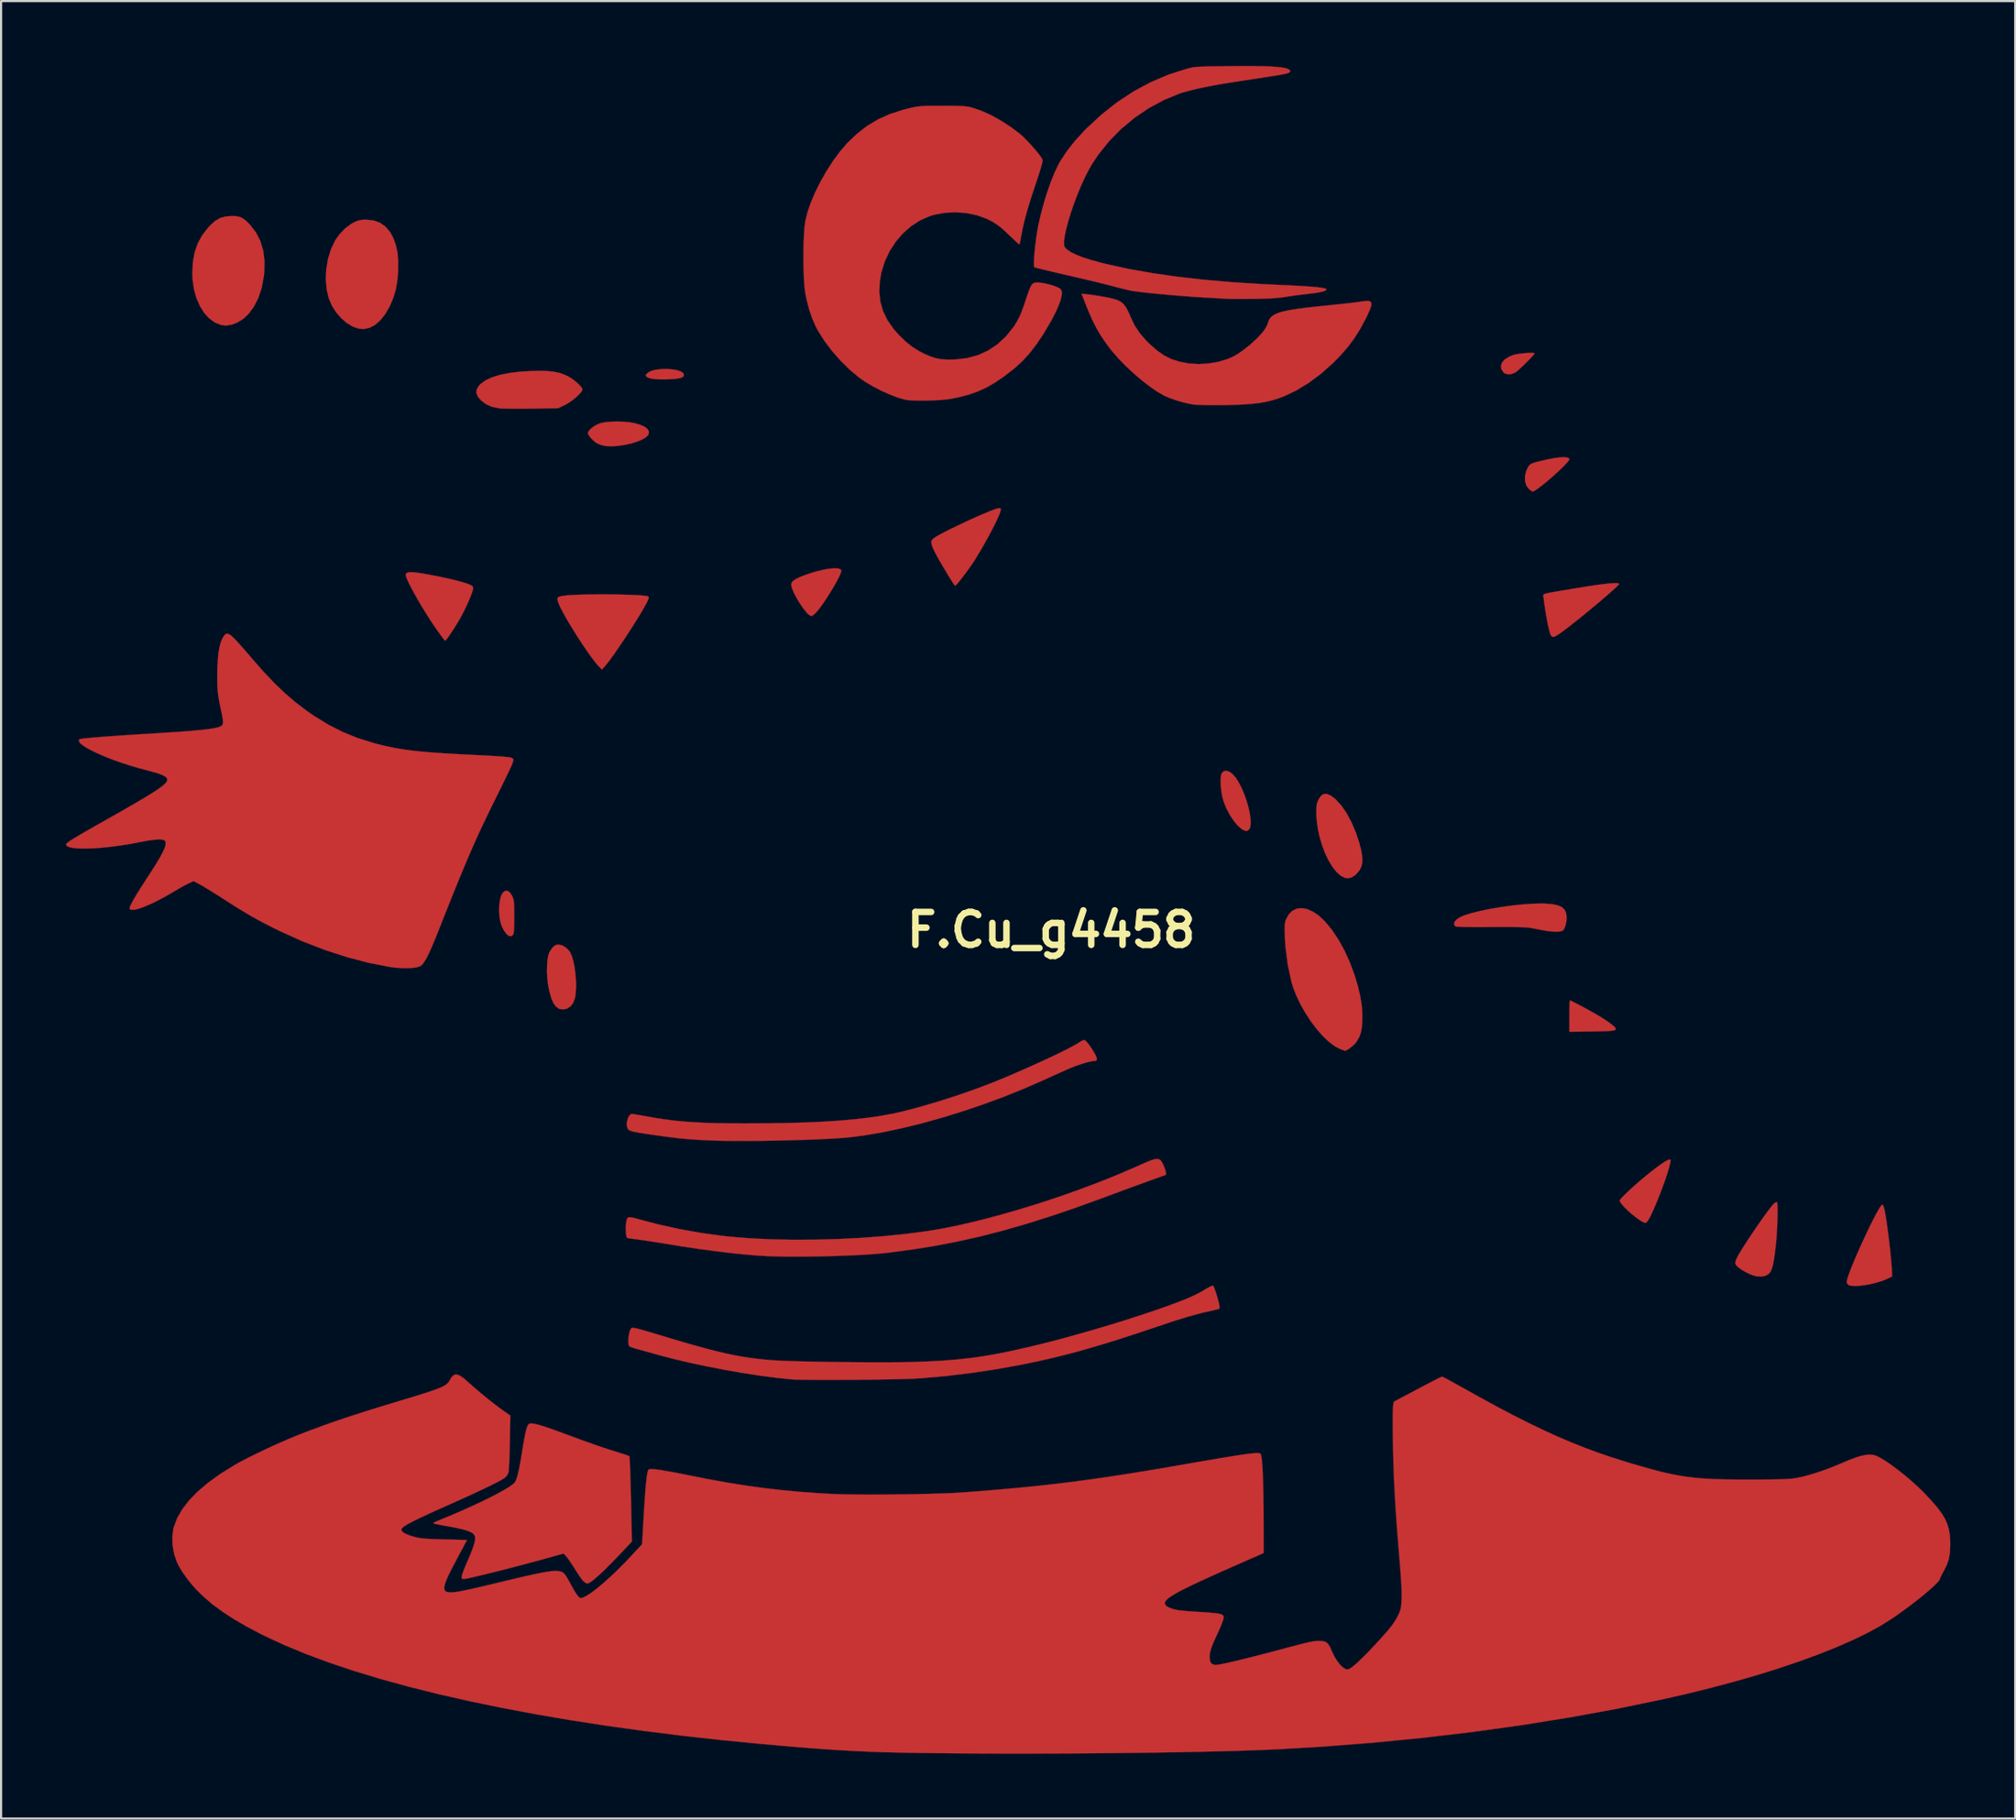
<source format=kicad_pcb>
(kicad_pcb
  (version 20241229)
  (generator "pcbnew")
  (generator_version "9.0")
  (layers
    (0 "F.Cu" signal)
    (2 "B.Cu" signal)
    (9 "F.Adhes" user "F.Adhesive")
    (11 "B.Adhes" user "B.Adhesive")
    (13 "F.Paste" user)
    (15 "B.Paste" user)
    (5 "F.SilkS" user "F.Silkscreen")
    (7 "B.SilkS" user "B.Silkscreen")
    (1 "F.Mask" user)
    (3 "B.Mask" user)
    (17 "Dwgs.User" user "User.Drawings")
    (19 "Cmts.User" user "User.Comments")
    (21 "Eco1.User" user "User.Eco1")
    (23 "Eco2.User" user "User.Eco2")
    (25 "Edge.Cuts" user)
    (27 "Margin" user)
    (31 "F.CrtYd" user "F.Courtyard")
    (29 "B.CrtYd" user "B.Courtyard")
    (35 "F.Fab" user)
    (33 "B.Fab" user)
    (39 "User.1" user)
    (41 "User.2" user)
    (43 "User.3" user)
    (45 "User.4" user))
  (footprint "F.Cu_g4458"
    (layer "F.Cu")
    (at 45.556 39.962)
    (property "Reference" "F.Cu_g4458" (at 0 0 0) (layer "F.SilkS") (effects (font (size 1.524 1.524) (thickness 0.3))))
    (attr through_hole)
    (fp_poly (pts (xy -17.498 -25.925) (xy -17.294 -25.888) (xy -17.129 -25.831) (xy -17.02 -25.757) (xy -16.984 -25.688) (xy -16.998 -25.613) (xy -17.074 -25.555) (xy -17.22 -25.513) (xy -17.44 -25.485) (xy -17.632 -25.473) (xy -17.857 -25.467) (xy -18.083 -25.468) (xy -18.277 -25.476) (xy -18.365 -25.483) (xy -18.525 -25.512) (xy -18.65 -25.552) (xy -18.701 -25.583) (xy -18.744 -25.639) (xy -18.731 -25.69) (xy -18.69 -25.738) (xy -18.574 -25.821) (xy -18.404 -25.883) (xy -18.195 -25.923) (xy -17.965 -25.944) (xy -17.727 -25.944) (xy -17.498 -25.925)) (stroke (width 0.01) (type solid)) (fill yes) (layer "F.Cu"))
    (fp_poly (pts (xy 22.297 -26.688) (xy 22.35 -26.674) (xy 22.352 -26.67) (xy 22.323 -26.623) (xy 22.245 -26.532) (xy 22.131 -26.41) (xy 21.994 -26.271) (xy 21.849 -26.128) (xy 21.707 -25.994) (xy 21.583 -25.882) (xy 21.489 -25.805) (xy 21.463 -25.787) (xy 21.287 -25.713) (xy 21.115 -25.7) (xy 20.969 -25.745) (xy 20.913 -25.791) (xy 20.815 -25.944) (xy 20.797 -26.1) (xy 20.854 -26.252) (xy 20.982 -26.393) (xy 21.177 -26.515) (xy 21.399 -26.601) (xy 21.52 -26.629) (xy 21.678 -26.653) (xy 21.855 -26.672) (xy 22.03 -26.686) (xy 22.184 -26.691) (xy 22.297 -26.688)) (stroke (width 0.01) (type solid)) (fill yes) (layer "F.Cu"))
    (fp_poly (pts (xy 24.042 3.279) (xy 24.155 3.334) (xy 24.314 3.415) (xy 24.505 3.517) (xy 24.715 3.63) (xy 24.93 3.749) (xy 25.136 3.865) (xy 25.32 3.971) (xy 25.451 4.051) (xy 25.631 4.166) (xy 25.8 4.282) (xy 25.934 4.382) (xy 25.993 4.43) (xy 26.064 4.5) (xy 26.104 4.555) (xy 26.108 4.597) (xy 26.067 4.629) (xy 25.976 4.653) (xy 25.826 4.669) (xy 25.613 4.679) (xy 25.327 4.687) (xy 24.996 4.692) (xy 23.961 4.706) (xy 23.961 3.983) (xy 23.962 3.746) (xy 23.967 3.542) (xy 23.973 3.384) (xy 23.981 3.286) (xy 23.989 3.26) (xy 24.042 3.279)) (stroke (width 0.01) (type solid)) (fill yes) (layer "F.Cu"))
    (fp_poly (pts (xy -25.125 -1.808) (xy -25.017 -1.72) (xy -24.934 -1.587) (xy -24.897 -1.508) (xy -24.869 -1.433) (xy -24.85 -1.348) (xy -24.838 -1.238) (xy -24.832 -1.087) (xy -24.829 -0.882) (xy -24.828 -0.61) (xy -24.83 -0.316) (xy -24.835 -0.097) (xy -24.845 0.058) (xy -24.86 0.159) (xy -24.88 0.217) (xy -24.887 0.226) (xy -24.97 0.288) (xy -25.067 0.275) (xy -25.107 0.255) (xy -25.206 0.164) (xy -25.308 0.015) (xy -25.399 -0.164) (xy -25.463 -0.35) (xy -25.468 -0.37) (xy -25.512 -0.63) (xy -25.528 -0.902) (xy -25.518 -1.168) (xy -25.484 -1.408) (xy -25.427 -1.603) (xy -25.35 -1.735) (xy -25.237 -1.813) (xy -25.125 -1.808)) (stroke (width 0.01) (type solid)) (fill yes) (layer "F.Cu"))
    (fp_poly (pts (xy 8.27 -7.299) (xy 8.385 -7.21) (xy 8.527 -7.05) (xy 8.666 -6.835) (xy 8.799 -6.578) (xy 8.921 -6.292) (xy 9.028 -5.992) (xy 9.116 -5.69) (xy 9.181 -5.4) (xy 9.219 -5.136) (xy 9.226 -4.911) (xy 9.197 -4.737) (xy 9.163 -4.666) (xy 9.083 -4.591) (xy 8.986 -4.582) (xy 8.856 -4.639) (xy 8.802 -4.674) (xy 8.628 -4.826) (xy 8.448 -5.042) (xy 8.274 -5.303) (xy 8.119 -5.59) (xy 7.994 -5.884) (xy 7.959 -5.99) (xy 7.905 -6.202) (xy 7.866 -6.438) (xy 7.843 -6.678) (xy 7.835 -6.902) (xy 7.845 -7.091) (xy 7.874 -7.226) (xy 7.89 -7.258) (xy 7.991 -7.35) (xy 8.119 -7.364) (xy 8.27 -7.299)) (stroke (width 0.01) (type solid)) (fill yes) (layer "F.Cu"))
    (fp_poly (pts (xy 23.874 -21.849) (xy 23.951 -21.804) (xy 23.961 -21.771) (xy 23.929 -21.707) (xy 23.841 -21.6) (xy 23.708 -21.46) (xy 23.541 -21.297) (xy 23.349 -21.119) (xy 23.145 -20.937) (xy 22.938 -20.76) (xy 22.74 -20.598) (xy 22.561 -20.459) (xy 22.413 -20.354) (xy 22.305 -20.291) (xy 22.261 -20.278) (xy 22.213 -20.303) (xy 22.129 -20.365) (xy 22.102 -20.387) (xy 21.978 -20.544) (xy 21.912 -20.747) (xy 21.907 -20.978) (xy 21.964 -21.22) (xy 22.015 -21.339) (xy 22.074 -21.444) (xy 22.135 -21.517) (xy 22.22 -21.57) (xy 22.348 -21.617) (xy 22.538 -21.668) (xy 22.543 -21.669) (xy 22.915 -21.757) (xy 23.241 -21.82) (xy 23.513 -21.856) (xy 23.726 -21.866) (xy 23.874 -21.849)) (stroke (width 0.01) (type solid)) (fill yes) (layer "F.Cu"))
    (fp_poly (pts (xy -19.765 -23.506) (xy -19.478 -23.479) (xy -19.261 -23.44) (xy -18.986 -23.36) (xy -18.782 -23.264) (xy -18.652 -23.155) (xy -18.599 -23.036) (xy -18.626 -22.91) (xy -18.64 -22.887) (xy -18.752 -22.778) (xy -18.933 -22.675) (xy -19.166 -22.581) (xy -19.437 -22.499) (xy -19.728 -22.435) (xy -20.025 -22.391) (xy -20.312 -22.372) (xy -20.572 -22.382) (xy -20.669 -22.395) (xy -20.827 -22.437) (xy -20.978 -22.499) (xy -21.015 -22.519) (xy -21.148 -22.618) (xy -21.272 -22.739) (xy -21.367 -22.859) (xy -21.417 -22.96) (xy -21.421 -22.984) (xy -21.384 -23.076) (xy -21.287 -23.183) (xy -21.147 -23.29) (xy -20.984 -23.382) (xy -20.84 -23.439) (xy -20.633 -23.482) (xy -20.368 -23.507) (xy -20.07 -23.515) (xy -19.765 -23.506)) (stroke (width 0.01) (type solid)) (fill yes) (layer "F.Cu"))
    (fp_poly (pts (xy -22.606 0.715) (xy -22.433 0.818) (xy -22.285 0.97) (xy -22.261 1.005) (xy -22.175 1.182) (xy -22.101 1.425) (xy -22.041 1.714) (xy -21.999 2.031) (xy -21.974 2.357) (xy -21.971 2.674) (xy -21.99 2.962) (xy -22.018 3.136) (xy -22.097 3.359) (xy -22.223 3.529) (xy -22.384 3.635) (xy -22.5 3.664) (xy -22.632 3.667) (xy -22.739 3.65) (xy -22.754 3.645) (xy -22.893 3.548) (xy -23.012 3.387) (xy -23.114 3.156) (xy -23.2 2.85) (xy -23.266 2.511) (xy -23.299 2.229) (xy -23.314 1.927) (xy -23.309 1.629) (xy -23.287 1.362) (xy -23.247 1.149) (xy -23.242 1.131) (xy -23.182 0.995) (xy -23.091 0.856) (xy -23.065 0.824) (xy -22.962 0.726) (xy -22.863 0.684) (xy -22.779 0.677) (xy -22.606 0.715)) (stroke (width 0.01) (type solid)) (fill yes) (layer "F.Cu"))
    (fp_poly (pts (xy -9.875 -16.722) (xy -9.754 -16.69) (xy -9.703 -16.63) (xy -9.717 -16.549) (xy -9.772 -16.411) (xy -9.862 -16.227) (xy -9.98 -16.011) (xy -10.117 -15.775) (xy -10.267 -15.53) (xy -10.423 -15.288) (xy -10.576 -15.062) (xy -10.722 -14.864) (xy -10.849 -14.708) (xy -10.95 -14.606) (xy -11.042 -14.538) (xy -11.091 -14.52) (xy -11.162 -14.55) (xy -11.257 -14.627) (xy -11.305 -14.678) (xy -11.453 -14.862) (xy -11.601 -15.076) (xy -11.74 -15.302) (xy -11.861 -15.524) (xy -11.954 -15.724) (xy -12.01 -15.886) (xy -12.022 -15.967) (xy -12.001 -16.061) (xy -11.93 -16.148) (xy -11.799 -16.235) (xy -11.601 -16.329) (xy -11.46 -16.385) (xy -11.144 -16.497) (xy -10.836 -16.589) (xy -10.544 -16.658) (xy -10.28 -16.705) (xy -10.053 -16.726) (xy -9.875 -16.722)) (stroke (width 0.01) (type solid)) (fill yes) (layer "F.Cu"))
    (fp_poly (pts (xy 12.915 -6.223) (xy 13.115 -6.075) (xy 13.16 -6.034) (xy 13.418 -5.752) (xy 13.663 -5.397) (xy 13.887 -4.979) (xy 14.086 -4.511) (xy 14.248 -4.022) (xy 14.336 -3.677) (xy 14.383 -3.394) (xy 14.389 -3.161) (xy 14.354 -2.966) (xy 14.277 -2.797) (xy 14.244 -2.747) (xy 14.069 -2.545) (xy 13.887 -2.428) (xy 13.699 -2.393) (xy 13.581 -2.413) (xy 13.387 -2.51) (xy 13.195 -2.682) (xy 13.008 -2.917) (xy 12.833 -3.205) (xy 12.672 -3.536) (xy 12.532 -3.9) (xy 12.416 -4.286) (xy 12.33 -4.684) (xy 12.277 -5.083) (xy 12.262 -5.377) (xy 12.263 -5.587) (xy 12.271 -5.737) (xy 12.29 -5.851) (xy 12.325 -5.951) (xy 12.363 -6.033) (xy 12.471 -6.198) (xy 12.597 -6.285) (xy 12.744 -6.293) (xy 12.915 -6.223)) (stroke (width 0.01) (type solid)) (fill yes) (layer "F.Cu"))
    (fp_poly (pts (xy -37.676 -33.011) (xy -37.51 -32.976) (xy -37.363 -32.904) (xy -37.213 -32.784) (xy -37.045 -32.615) (xy -36.77 -32.26) (xy -36.566 -31.86) (xy -36.434 -31.416) (xy -36.375 -30.93) (xy -36.388 -30.403) (xy -36.405 -30.242) (xy -36.504 -29.707) (xy -36.66 -29.234) (xy -36.872 -28.82) (xy -37.125 -28.483) (xy -37.352 -28.272) (xy -37.608 -28.109) (xy -37.875 -28.002) (xy -38.138 -27.956) (xy -38.375 -27.978) (xy -38.667 -28.096) (xy -38.932 -28.288) (xy -39.166 -28.546) (xy -39.364 -28.861) (xy -39.522 -29.225) (xy -39.635 -29.63) (xy -39.699 -30.067) (xy -39.712 -30.386) (xy -39.685 -30.894) (xy -39.602 -31.346) (xy -39.46 -31.755) (xy -39.254 -32.132) (xy -38.978 -32.488) (xy -38.889 -32.585) (xy -38.661 -32.792) (xy -38.429 -32.927) (xy -38.171 -33) (xy -37.885 -33.02) (xy -37.676 -33.011)) (stroke (width 0.01) (type solid)) (fill yes) (layer "F.Cu"))
    (fp_poly (pts (xy 28.631 10.622) (xy 28.638 10.683) (xy 28.616 10.812) (xy 28.568 10.999) (xy 28.497 11.235) (xy 28.406 11.509) (xy 28.298 11.812) (xy 28.178 12.134) (xy 28.047 12.465) (xy 27.937 12.731) (xy 27.804 13.035) (xy 27.695 13.264) (xy 27.606 13.422) (xy 27.534 13.515) (xy 27.478 13.547) (xy 27.475 13.547) (xy 27.401 13.524) (xy 27.289 13.467) (xy 27.217 13.422) (xy 27.026 13.284) (xy 26.834 13.129) (xy 26.653 12.967) (xy 26.497 12.812) (xy 26.377 12.674) (xy 26.304 12.565) (xy 26.289 12.514) (xy 26.32 12.459) (xy 26.407 12.359) (xy 26.541 12.223) (xy 26.713 12.059) (xy 26.912 11.876) (xy 27.13 11.683) (xy 27.358 11.488) (xy 27.586 11.3) (xy 27.601 11.288) (xy 27.913 11.043) (xy 28.172 10.852) (xy 28.376 10.716) (xy 28.522 10.636) (xy 28.611 10.614) (xy 28.631 10.622)) (stroke (width 0.01) (type solid)) (fill yes) (layer "F.Cu"))
    (fp_poly (pts (xy -31.328 -32.815) (xy -31.032 -32.707) (xy -30.779 -32.527) (xy -30.567 -32.274) (xy -30.439 -32.042) (xy -30.313 -31.712) (xy -30.232 -31.353) (xy -30.195 -30.949) (xy -30.197 -30.501) (xy -30.234 -30.034) (xy -30.306 -29.623) (xy -30.418 -29.243) (xy -30.575 -28.869) (xy -30.585 -28.85) (xy -30.787 -28.496) (xy -31.011 -28.21) (xy -31.253 -27.995) (xy -31.507 -27.856) (xy -31.771 -27.796) (xy -32.004 -27.81) (xy -32.289 -27.905) (xy -32.569 -28.072) (xy -32.833 -28.299) (xy -33.068 -28.573) (xy -33.262 -28.882) (xy -33.397 -29.196) (xy -33.5 -29.626) (xy -33.54 -30.089) (xy -33.518 -30.567) (xy -33.438 -31.04) (xy -33.3 -31.488) (xy -33.108 -31.891) (xy -33.099 -31.906) (xy -32.893 -32.193) (xy -32.644 -32.45) (xy -32.372 -32.653) (xy -32.256 -32.718) (xy -32.096 -32.791) (xy -31.96 -32.831) (xy -31.806 -32.848) (xy -31.669 -32.851) (xy -31.328 -32.815)) (stroke (width 0.01) (type solid)) (fill yes) (layer "F.Cu"))
    (fp_poly (pts (xy 38.465 12.737) (xy 38.502 12.831) (xy 38.518 12.888) (xy 38.555 13.059) (xy 38.596 13.3) (xy 38.641 13.592) (xy 38.686 13.922) (xy 38.731 14.272) (xy 38.773 14.628) (xy 38.81 14.973) (xy 38.84 15.291) (xy 38.862 15.567) (xy 38.871 15.727) (xy 38.883 16.023) (xy 38.693 16.118) (xy 38.465 16.214) (xy 38.2 16.299) (xy 37.918 16.37) (xy 37.634 16.423) (xy 37.367 16.456) (xy 37.134 16.465) (xy 36.953 16.448) (xy 36.883 16.427) (xy 36.803 16.353) (xy 36.788 16.275) (xy 36.805 16.172) (xy 36.854 16.009) (xy 36.931 15.796) (xy 37.03 15.541) (xy 37.148 15.254) (xy 37.281 14.945) (xy 37.424 14.623) (xy 37.572 14.298) (xy 37.722 13.979) (xy 37.869 13.675) (xy 38.008 13.396) (xy 38.136 13.151) (xy 38.247 12.95) (xy 38.339 12.803) (xy 38.405 12.717) (xy 38.434 12.7) (xy 38.465 12.737)) (stroke (width 0.01) (type solid)) (fill yes) (layer "F.Cu"))
    (fp_poly (pts (xy -23.293 -25.85) (xy -23.016 -25.822) (xy -22.775 -25.773) (xy -22.554 -25.701) (xy -22.34 -25.605) (xy -22.185 -25.514) (xy -22.027 -25.398) (xy -21.881 -25.273) (xy -21.763 -25.152) (xy -21.69 -25.052) (xy -21.675 -25.002) (xy -21.709 -24.917) (xy -21.8 -24.801) (xy -21.935 -24.669) (xy -22.097 -24.533) (xy -22.272 -24.407) (xy -22.446 -24.304) (xy -22.479 -24.287) (xy -22.797 -24.133) (xy -24.024 -24.113) (xy -24.354 -24.109) (xy -24.671 -24.108) (xy -24.961 -24.109) (xy -25.209 -24.113) (xy -25.402 -24.119) (xy -25.525 -24.128) (xy -25.533 -24.129) (xy -25.861 -24.198) (xy -26.135 -24.321) (xy -26.362 -24.495) (xy -26.512 -24.672) (xy -26.578 -24.84) (xy -26.561 -25.005) (xy -26.461 -25.172) (xy -26.39 -25.248) (xy -26.169 -25.413) (xy -25.871 -25.554) (xy -25.502 -25.67) (xy -25.066 -25.759) (xy -24.57 -25.821) (xy -24.019 -25.853) (xy -23.622 -25.859) (xy -23.293 -25.85)) (stroke (width 0.01) (type solid)) (fill yes) (layer "F.Cu"))
    (fp_poly (pts (xy 33.575 12.649) (xy 33.583 12.778) (xy 33.587 12.964) (xy 33.585 13.193) (xy 33.578 13.452) (xy 33.567 13.727) (xy 33.552 14.004) (xy 33.534 14.271) (xy 33.512 14.512) (xy 33.508 14.541) (xy 33.466 14.91) (xy 33.425 15.204) (xy 33.385 15.434) (xy 33.342 15.608) (xy 33.295 15.739) (xy 33.241 15.835) (xy 33.194 15.89) (xy 33.037 15.99) (xy 32.833 16.032) (xy 32.6 16.015) (xy 32.47 15.981) (xy 32.284 15.907) (xy 32.089 15.81) (xy 31.908 15.702) (xy 31.765 15.597) (xy 31.693 15.525) (xy 31.645 15.453) (xy 31.631 15.392) (xy 31.651 15.308) (xy 31.683 15.221) (xy 31.739 15.106) (xy 31.836 14.935) (xy 31.968 14.719) (xy 32.127 14.47) (xy 32.304 14.2) (xy 32.492 13.919) (xy 32.684 13.639) (xy 32.871 13.372) (xy 33.046 13.128) (xy 33.202 12.92) (xy 33.329 12.758) (xy 33.422 12.655) (xy 33.437 12.64) (xy 33.512 12.592) (xy 33.56 12.591) (xy 33.575 12.649)) (stroke (width 0.01) (type solid)) (fill yes) (layer "F.Cu"))
    (fp_poly (pts (xy 26.215 -16.033) (xy 26.262 -16.011) (xy 26.239 -15.972) (xy 26.157 -15.887) (xy 26.025 -15.764) (xy 25.85 -15.607) (xy 25.64 -15.425) (xy 25.405 -15.223) (xy 25.15 -15.009) (xy 24.885 -14.788) (xy 24.617 -14.568) (xy 24.355 -14.356) (xy 24.106 -14.158) (xy 23.878 -13.98) (xy 23.679 -13.829) (xy 23.518 -13.713) (xy 23.462 -13.675) (xy 23.322 -13.589) (xy 23.228 -13.553) (xy 23.163 -13.564) (xy 23.12 -13.603) (xy 23.081 -13.684) (xy 23.036 -13.837) (xy 22.985 -14.048) (xy 22.932 -14.307) (xy 22.879 -14.599) (xy 22.829 -14.913) (xy 22.784 -15.235) (xy 22.764 -15.4) (xy 22.756 -15.44) (xy 22.751 -15.472) (xy 22.754 -15.498) (xy 22.775 -15.521) (xy 22.822 -15.543) (xy 22.901 -15.567) (xy 23.022 -15.593) (xy 23.192 -15.625) (xy 23.42 -15.664) (xy 23.713 -15.713) (xy 24.078 -15.775) (xy 24.194 -15.794) (xy 24.735 -15.882) (xy 25.194 -15.951) (xy 25.572 -16.001) (xy 25.869 -16.031) (xy 26.083 -16.042) (xy 26.215 -16.033)) (stroke (width 0.01) (type solid)) (fill yes) (layer "F.Cu"))
    (fp_poly (pts (xy -29.37 -16.531) (xy -29.119 -16.495) (xy -28.801 -16.44) (xy -28.408 -16.364) (xy -28.376 -16.357) (xy -27.968 -16.272) (xy -27.606 -16.188) (xy -27.299 -16.109) (xy -27.055 -16.036) (xy -26.881 -15.972) (xy -26.804 -15.933) (xy -26.733 -15.864) (xy -26.729 -15.774) (xy -26.733 -15.755) (xy -26.789 -15.578) (xy -26.879 -15.347) (xy -26.994 -15.082) (xy -27.125 -14.804) (xy -27.255 -14.55) (xy -27.35 -14.379) (xy -27.464 -14.188) (xy -27.586 -13.991) (xy -27.709 -13.801) (xy -27.823 -13.631) (xy -27.92 -13.495) (xy -27.99 -13.406) (xy -28.025 -13.378) (xy -28.056 -13.411) (xy -28.126 -13.5) (xy -28.225 -13.632) (xy -28.344 -13.796) (xy -28.371 -13.833) (xy -28.55 -14.092) (xy -28.737 -14.377) (xy -28.927 -14.678) (xy -29.114 -14.984) (xy -29.291 -15.286) (xy -29.453 -15.573) (xy -29.595 -15.836) (xy -29.71 -16.064) (xy -29.794 -16.248) (xy -29.839 -16.376) (xy -29.845 -16.418) (xy -29.831 -16.478) (xy -29.783 -16.52) (xy -29.695 -16.543) (xy -29.559 -16.547) (xy -29.37 -16.531)) (stroke (width 0.01) (type solid)) (fill yes) (layer "F.Cu"))
    (fp_poly (pts (xy -20.514 -15.52) (xy -20.153 -15.517) (xy -19.806 -15.51) (xy -19.485 -15.501) (xy -19.199 -15.488) (xy -18.959 -15.473) (xy -18.775 -15.456) (xy -18.658 -15.436) (xy -18.621 -15.42) (xy -18.609 -15.372) (xy -18.635 -15.28) (xy -18.704 -15.133) (xy -18.747 -15.052) (xy -18.876 -14.823) (xy -19.037 -14.552) (xy -19.224 -14.25) (xy -19.427 -13.93) (xy -19.64 -13.603) (xy -19.853 -13.282) (xy -20.06 -12.978) (xy -20.251 -12.704) (xy -20.42 -12.472) (xy -20.557 -12.294) (xy -20.617 -12.223) (xy -20.776 -12.044) (xy -20.93 -12.207) (xy -21.069 -12.368) (xy -21.238 -12.589) (xy -21.429 -12.856) (xy -21.634 -13.156) (xy -21.846 -13.477) (xy -22.055 -13.806) (xy -22.254 -14.13) (xy -22.434 -14.437) (xy -22.588 -14.712) (xy -22.707 -14.945) (xy -22.778 -15.109) (xy -22.826 -15.257) (xy -22.828 -15.351) (xy -22.772 -15.406) (xy -22.648 -15.441) (xy -22.564 -15.455) (xy -22.395 -15.475) (xy -22.168 -15.491) (xy -21.892 -15.504) (xy -21.578 -15.513) (xy -21.236 -15.518) (xy -20.878 -15.521) (xy -20.514 -15.52)) (stroke (width 0.01) (type solid)) (fill yes) (layer "F.Cu"))
    (fp_poly (pts (xy 22.822 -1.22) (xy 23.155 -1.195) (xy 23.414 -1.144) (xy 23.604 -1.063) (xy 23.733 -0.946) (xy 23.807 -0.791) (xy 23.833 -0.591) (xy 23.833 -0.562) (xy 23.817 -0.377) (xy 23.774 -0.193) (xy 23.713 -0.045) (xy 23.675 0.011) (xy 23.582 0.059) (xy 23.418 0.08) (xy 23.195 0.075) (xy 22.921 0.043) (xy 22.775 0.018) (xy 22.569 -0.021) (xy 22.348 -0.063) (xy 22.183 -0.095) (xy 22.071 -0.11) (xy 21.91 -0.122) (xy 21.693 -0.131) (xy 21.415 -0.137) (xy 21.069 -0.14) (xy 20.648 -0.139) (xy 20.324 -0.138) (xy 19.868 -0.135) (xy 19.493 -0.136) (xy 19.194 -0.139) (xy 18.968 -0.144) (xy 18.809 -0.153) (xy 18.715 -0.164) (xy 18.684 -0.174) (xy 18.629 -0.263) (xy 18.648 -0.365) (xy 18.734 -0.473) (xy 18.88 -0.577) (xy 19.079 -0.668) (xy 19.088 -0.671) (xy 19.432 -0.779) (xy 19.842 -0.881) (xy 20.299 -0.975) (xy 20.785 -1.058) (xy 21.282 -1.127) (xy 21.77 -1.179) (xy 22.232 -1.212) (xy 22.649 -1.223) (xy 22.822 -1.22)) (stroke (width 0.01) (type solid)) (fill yes) (layer "F.Cu"))
    (fp_poly (pts (xy -2.334 -19.486) (xy -2.329 -19.447) (xy -2.351 -19.347) (xy -2.412 -19.185) (xy -2.507 -18.971) (xy -2.631 -18.715) (xy -2.779 -18.428) (xy -2.946 -18.118) (xy -3.125 -17.797) (xy -3.314 -17.474) (xy -3.505 -17.159) (xy -3.546 -17.092) (xy -3.653 -16.93) (xy -3.78 -16.746) (xy -3.919 -16.555) (xy -4.059 -16.369) (xy -4.191 -16.199) (xy -4.305 -16.06) (xy -4.392 -15.963) (xy -4.442 -15.921) (xy -4.445 -15.921) (xy -4.473 -15.954) (xy -4.537 -16.048) (xy -4.627 -16.188) (xy -4.735 -16.361) (xy -4.769 -16.416) (xy -5.008 -16.815) (xy -5.201 -17.148) (xy -5.348 -17.418) (xy -5.452 -17.628) (xy -5.514 -17.782) (xy -5.534 -17.862) (xy -5.54 -17.972) (xy -5.508 -18.046) (xy -5.423 -18.123) (xy -5.413 -18.131) (xy -5.3 -18.204) (xy -5.123 -18.303) (xy -4.894 -18.423) (xy -4.624 -18.558) (xy -4.327 -18.702) (xy -4.015 -18.85) (xy -3.699 -18.995) (xy -3.393 -19.133) (xy -3.108 -19.256) (xy -2.856 -19.361) (xy -2.651 -19.441) (xy -2.504 -19.489) (xy -2.466 -19.499) (xy -2.371 -19.51) (xy -2.334 -19.486)) (stroke (width 0.01) (type solid)) (fill yes) (layer "F.Cu"))
    (fp_poly (pts (xy 11.831 -0.967) (xy 12.095 -0.851) (xy 12.369 -0.666) (xy 12.642 -0.412) (xy 12.972 -0.018) (xy 13.283 0.447) (xy 13.571 0.971) (xy 13.828 1.541) (xy 14.047 2.144) (xy 14.181 2.6) (xy 14.287 3.049) (xy 14.354 3.451) (xy 14.386 3.83) (xy 14.385 4.214) (xy 14.385 4.226) (xy 14.361 4.525) (xy 14.314 4.765) (xy 14.237 4.97) (xy 14.12 5.164) (xy 14.072 5.23) (xy 13.992 5.314) (xy 13.881 5.409) (xy 13.761 5.497) (xy 13.656 5.562) (xy 13.588 5.586) (xy 13.585 5.586) (xy 13.539 5.571) (xy 13.44 5.534) (xy 13.355 5.502) (xy 13.102 5.369) (xy 12.834 5.166) (xy 12.559 4.902) (xy 12.284 4.59) (xy 12.017 4.238) (xy 11.767 3.859) (xy 11.541 3.462) (xy 11.346 3.059) (xy 11.19 2.66) (xy 11.115 2.411) (xy 10.939 1.604) (xy 10.833 0.778) (xy 10.807 0.35) (xy 10.799 0.088) (xy 10.797 -0.105) (xy 10.803 -0.247) (xy 10.818 -0.354) (xy 10.841 -0.442) (xy 10.854 -0.475) (xy 10.984 -0.717) (xy 11.152 -0.886) (xy 11.354 -0.984) (xy 11.582 -1.011) (xy 11.831 -0.967)) (stroke (width 0.01) (type solid)) (fill yes) (layer "F.Cu"))
    (fp_poly (pts (xy 4.98 10.602) (xy 5.054 10.65) (xy 5.116 10.732) (xy 5.172 10.838) (xy 5.236 10.986) (xy 5.283 11.124) (xy 5.299 11.196) (xy 5.313 11.32) (xy 4.508 11.609) (xy 4.264 11.697) (xy 3.958 11.809) (xy 3.607 11.937) (xy 3.231 12.076) (xy 2.845 12.219) (xy 2.468 12.359) (xy 2.328 12.41) (xy 1.11 12.853) (xy -0.051 13.247) (xy -1.165 13.598) (xy -2.242 13.906) (xy -3.293 14.176) (xy -4.329 14.408) (xy -5.361 14.607) (xy -6.398 14.775) (xy -7.452 14.915) (xy -7.684 14.942) (xy -8.046 14.976) (xy -8.478 15.008) (xy -8.966 15.036) (xy -9.496 15.059) (xy -10.053 15.079) (xy -10.623 15.093) (xy -11.191 15.103) (xy -11.743 15.107) (xy -12.265 15.105) (xy -12.743 15.096) (xy -13.081 15.085) (xy -13.612 15.054) (xy -14.212 15.003) (xy -14.87 14.934) (xy -15.572 14.849) (xy -16.308 14.749) (xy -17.063 14.636) (xy -17.612 14.546) (xy -17.937 14.493) (xy -18.259 14.441) (xy -18.562 14.394) (xy -18.828 14.354) (xy -19.04 14.323) (xy -19.156 14.308) (xy -19.337 14.286) (xy -19.485 14.265) (xy -19.581 14.248) (xy -19.606 14.242) (xy -19.635 14.184) (xy -19.657 14.066) (xy -19.67 13.913) (xy -19.672 13.749) (xy -19.662 13.61) (xy -19.641 13.459) (xy -19.613 13.357) (xy -19.565 13.3) (xy -19.483 13.283) (xy -19.354 13.302) (xy -19.165 13.351) (xy -19.027 13.391) (xy -18.154 13.621) (xy -17.226 13.826) (xy -16.268 13.998) (xy -15.305 14.134) (xy -14.88 14.182) (xy -13.974 14.257) (xy -13.004 14.306) (xy -11.986 14.328) (xy -10.935 14.324) (xy -9.867 14.295) (xy -8.797 14.24) (xy -7.743 14.161) (xy -6.72 14.057) (xy -5.742 13.93) (xy -5.717 13.926) (xy -4.982 13.801) (xy -4.185 13.638) (xy -3.338 13.438) (xy -2.452 13.206) (xy -1.539 12.945) (xy -0.61 12.659) (xy 0.323 12.352) (xy 1.249 12.026) (xy 2.156 11.686) (xy 3.033 11.335) (xy 3.869 10.977) (xy 4.057 10.893) (xy 4.351 10.762) (xy 4.579 10.668) (xy 4.753 10.61) (xy 4.883 10.588) (xy 4.98 10.602)) (stroke (width 0.01) (type solid)) (fill yes) (layer "F.Cu"))
    (fp_poly (pts (xy 1.664 -29.4) (xy 1.96 -29.363) (xy 2.258 -29.316) (xy 2.541 -29.264) (xy 2.79 -29.21) (xy 2.988 -29.157) (xy 3.094 -29.12) (xy 3.238 -29.041) (xy 3.361 -28.931) (xy 3.472 -28.776) (xy 3.582 -28.563) (xy 3.681 -28.331) (xy 3.868 -27.942) (xy 4.116 -27.575) (xy 4.433 -27.216) (xy 4.584 -27.07) (xy 4.915 -26.784) (xy 5.233 -26.565) (xy 5.558 -26.403) (xy 5.912 -26.288) (xy 6.314 -26.21) (xy 6.38 -26.201) (xy 6.813 -26.173) (xy 7.265 -26.199) (xy 7.712 -26.274) (xy 8.127 -26.394) (xy 8.416 -26.518) (xy 8.667 -26.666) (xy 8.944 -26.864) (xy 9.227 -27.094) (xy 9.492 -27.338) (xy 9.719 -27.576) (xy 9.842 -27.728) (xy 9.933 -27.874) (xy 10.007 -28.028) (xy 10.029 -28.096) (xy 10.069 -28.207) (xy 10.129 -28.304) (xy 10.215 -28.39) (xy 10.333 -28.466) (xy 10.489 -28.534) (xy 10.69 -28.596) (xy 10.941 -28.652) (xy 11.25 -28.706) (xy 11.621 -28.758) (xy 12.062 -28.81) (xy 12.577 -28.865) (xy 12.869 -28.894) (xy 13.19 -28.927) (xy 13.501 -28.96) (xy 13.788 -28.992) (xy 14.035 -29.022) (xy 14.226 -29.047) (xy 14.326 -29.063) (xy 14.529 -29.091) (xy 14.676 -29.092) (xy 14.768 -29.058) (xy 14.807 -28.983) (xy 14.795 -28.86) (xy 14.734 -28.682) (xy 14.626 -28.442) (xy 14.543 -28.274) (xy 14.276 -27.778) (xy 13.997 -27.338) (xy 13.689 -26.929) (xy 13.335 -26.529) (xy 13.012 -26.204) (xy 12.454 -25.71) (xy 11.877 -25.284) (xy 11.288 -24.932) (xy 10.808 -24.704) (xy 10.521 -24.593) (xy 10.235 -24.502) (xy 9.937 -24.429) (xy 9.614 -24.373) (xy 9.255 -24.332) (xy 8.846 -24.303) (xy 8.374 -24.285) (xy 7.98 -24.277) (xy 7.663 -24.275) (xy 7.356 -24.276) (xy 7.075 -24.28) (xy 6.835 -24.287) (xy 6.653 -24.296) (xy 6.565 -24.305) (xy 6.32 -24.35) (xy 6.034 -24.422) (xy 5.737 -24.513) (xy 5.461 -24.611) (xy 5.237 -24.708) (xy 5.228 -24.712) (xy 4.908 -24.896) (xy 4.556 -25.138) (xy 4.185 -25.426) (xy 3.811 -25.746) (xy 3.448 -26.086) (xy 3.109 -26.434) (xy 2.81 -26.777) (xy 2.663 -26.966) (xy 2.436 -27.282) (xy 2.241 -27.58) (xy 2.069 -27.882) (xy 1.906 -28.206) (xy 1.743 -28.574) (xy 1.591 -28.949) (xy 1.403 -29.429) (xy 1.664 -29.4)) (stroke (width 0.01) (type solid)) (fill yes) (layer "F.Cu"))
    (fp_poly (pts (xy 1.552 5.096) (xy 1.612 5.144) (xy 1.701 5.246) (xy 1.805 5.386) (xy 1.911 5.545) (xy 2.007 5.706) (xy 2.05 5.787) (xy 2.107 5.929) (xy 2.107 6.015) (xy 2.049 6.052) (xy 2.018 6.054) (xy 1.875 6.07) (xy 1.676 6.116) (xy 1.439 6.184) (xy 1.184 6.27) (xy 0.932 6.367) (xy 0.831 6.41) (xy 0.652 6.489) (xy 0.418 6.593) (xy 0.149 6.714) (xy -0.132 6.841) (xy -0.381 6.954) (xy -1.281 7.347) (xy -2.209 7.72) (xy -3.154 8.069) (xy -4.106 8.391) (xy -5.054 8.683) (xy -5.987 8.943) (xy -6.896 9.166) (xy -7.769 9.351) (xy -8.596 9.494) (xy -9.367 9.592) (xy -9.525 9.607) (xy -9.885 9.634) (xy -10.316 9.659) (xy -10.805 9.682) (xy -11.339 9.703) (xy -11.903 9.72) (xy -12.485 9.735) (xy -13.072 9.745) (xy -13.649 9.753) (xy -14.203 9.756) (xy -14.722 9.755) (xy -15.191 9.749) (xy -15.598 9.738) (xy -15.642 9.737) (xy -16.084 9.718) (xy -16.476 9.695) (xy -16.842 9.668) (xy -17.205 9.633) (xy -17.588 9.588) (xy -18.013 9.531) (xy -18.373 9.48) (xy -18.715 9.429) (xy -18.983 9.388) (xy -19.188 9.352) (xy -19.337 9.321) (xy -19.442 9.291) (xy -19.511 9.259) (xy -19.555 9.223) (xy -19.584 9.181) (xy -19.599 9.147) (xy -19.625 9.016) (xy -19.614 8.865) (xy -19.574 8.716) (xy -19.512 8.594) (xy -19.436 8.52) (xy -19.393 8.509) (xy -19.324 8.517) (xy -19.189 8.537) (xy -19.009 8.568) (xy -18.801 8.605) (xy -18.77 8.611) (xy -18.322 8.691) (xy -17.887 8.757) (xy -17.452 8.813) (xy -17.006 8.857) (xy -16.537 8.892) (xy -16.034 8.917) (xy -15.483 8.935) (xy -14.875 8.944) (xy -14.196 8.948) (xy -14.055 8.948) (xy -13.042 8.942) (xy -12.108 8.926) (xy -11.247 8.899) (xy -10.455 8.862) (xy -9.725 8.813) (xy -9.053 8.752) (xy -8.434 8.68) (xy -7.861 8.595) (xy -7.33 8.497) (xy -6.837 8.386) (xy -6.04 8.175) (xy -5.203 7.929) (xy -4.356 7.657) (xy -3.53 7.37) (xy -2.755 7.075) (xy -2.667 7.04) (xy -2.259 6.874) (xy -1.835 6.695) (xy -1.403 6.508) (xy -0.972 6.318) (xy -0.552 6.128) (xy -0.152 5.943) (xy 0.22 5.768) (xy 0.553 5.605) (xy 0.84 5.46) (xy 1.07 5.337) (xy 1.235 5.24) (xy 1.285 5.207) (xy 1.427 5.121) (xy 1.531 5.093) (xy 1.552 5.096)) (stroke (width 0.01) (type solid)) (fill yes) (layer "F.Cu"))
    (fp_poly (pts (xy -23.989 22.826) (xy -23.863 22.846) (xy -23.695 22.888) (xy -23.478 22.953) (xy -23.204 23.045) (xy -22.867 23.165) (xy -22.46 23.316) (xy -22.437 23.324) (xy -21.699 23.596) (xy -21.035 23.831) (xy -20.445 24.029) (xy -19.927 24.192) (xy -19.918 24.195) (xy -19.749 24.247) (xy -19.611 24.294) (xy -19.524 24.327) (xy -19.506 24.337) (xy -19.498 24.384) (xy -19.49 24.507) (xy -19.48 24.698) (xy -19.47 24.948) (xy -19.46 25.248) (xy -19.45 25.591) (xy -19.44 25.968) (xy -19.431 26.326) (xy -19.388 28.286) (xy -20.013 28.945) (xy -20.336 29.28) (xy -20.627 29.571) (xy -20.882 29.812) (xy -21.096 30.002) (xy -21.266 30.136) (xy -21.388 30.21) (xy -21.443 30.226) (xy -21.536 30.193) (xy -21.642 30.106) (xy -21.66 30.086) (xy -21.733 29.991) (xy -21.833 29.846) (xy -21.947 29.672) (xy -22.027 29.545) (xy -22.142 29.363) (xy -22.258 29.192) (xy -22.357 29.054) (xy -22.408 28.991) (xy -22.543 28.838) (xy -23.516 29.108) (xy -23.877 29.207) (xy -24.259 29.309) (xy -24.652 29.413) (xy -25.047 29.515) (xy -25.434 29.614) (xy -25.804 29.708) (xy -26.148 29.793) (xy -26.457 29.867) (xy -26.72 29.929) (xy -26.93 29.976) (xy -27.075 30.005) (xy -27.146 30.014) (xy -27.23 30.008) (xy -27.26 29.973) (xy -27.252 29.884) (xy -27.25 29.866) (xy -27.224 29.775) (xy -27.169 29.625) (xy -27.093 29.435) (xy -27.003 29.222) (xy -26.964 29.136) (xy -26.867 28.908) (xy -26.779 28.686) (xy -26.709 28.49) (xy -26.665 28.343) (xy -26.658 28.31) (xy -26.635 28.166) (xy -26.635 28.073) (xy -26.663 28.002) (xy -26.698 27.95) (xy -26.771 27.884) (xy -26.892 27.822) (xy -27.068 27.76) (xy -27.308 27.697) (xy -27.617 27.631) (xy -28.003 27.56) (xy -28.02 27.557) (xy -28.224 27.519) (xy -28.395 27.485) (xy -28.516 27.456) (xy -28.573 27.438) (xy -28.575 27.435) (xy -28.539 27.407) (xy -28.448 27.361) (xy -28.374 27.33) (xy -27.827 27.104) (xy -27.303 26.88) (xy -26.81 26.659) (xy -26.354 26.447) (xy -25.941 26.245) (xy -25.579 26.057) (xy -25.274 25.887) (xy -25.033 25.738) (xy -24.863 25.613) (xy -24.822 25.577) (xy -24.766 25.494) (xy -24.71 25.35) (xy -24.652 25.14) (xy -24.59 24.859) (xy -24.524 24.503) (xy -24.453 24.068) (xy -24.448 24.034) (xy -24.406 23.777) (xy -24.361 23.53) (xy -24.319 23.313) (xy -24.282 23.148) (xy -24.264 23.082) (xy -24.217 22.942) (xy -24.172 22.866) (xy -24.117 22.833) (xy -24.08 22.826) (xy -23.989 22.826)) (stroke (width 0.01) (type solid)) (fill yes) (layer "F.Cu"))
    (fp_poly (pts (xy 7.492 16.452) (xy 7.523 16.512) (xy 7.568 16.632) (xy 7.621 16.791) (xy 7.675 16.968) (xy 7.724 17.141) (xy 7.76 17.288) (xy 7.773 17.356) (xy 7.785 17.464) (xy 7.767 17.517) (xy 7.709 17.54) (xy 7.699 17.542) (xy 6.992 17.703) (xy 6.283 17.895) (xy 5.541 18.129) (xy 5.419 18.171) (xy 4.613 18.442) (xy 3.877 18.686) (xy 3.201 18.905) (xy 2.576 19.101) (xy 1.993 19.276) (xy 1.442 19.435) (xy 0.914 19.578) (xy 0.399 19.71) (xy -0.111 19.832) (xy -0.626 19.948) (xy -1.155 20.059) (xy -1.291 20.087) (xy -2.462 20.302) (xy -3.656 20.484) (xy -4.844 20.628) (xy -5.996 20.73) (xy -6.202 20.744) (xy -6.412 20.755) (xy -6.689 20.765) (xy -7.022 20.774) (xy -7.402 20.782) (xy -7.819 20.789) (xy -8.262 20.796) (xy -8.722 20.801) (xy -9.189 20.805) (xy -9.653 20.807) (xy -10.104 20.809) (xy -10.533 20.809) (xy -10.929 20.807) (xy -11.283 20.804) (xy -11.584 20.8) (xy -11.823 20.794) (xy -11.991 20.786) (xy -12.023 20.783) (xy -12.719 20.71) (xy -13.475 20.61) (xy -14.27 20.488) (xy -15.086 20.345) (xy -15.902 20.187) (xy -16.7 20.017) (xy -17.459 19.838) (xy -18.16 19.654) (xy -18.352 19.6) (xy -18.578 19.536) (xy -18.822 19.468) (xy -19.041 19.408) (xy -19.113 19.388) (xy -19.276 19.341) (xy -19.411 19.296) (xy -19.494 19.261) (xy -19.504 19.254) (xy -19.54 19.177) (xy -19.553 19.045) (xy -19.546 18.881) (xy -19.522 18.71) (xy -19.483 18.556) (xy -19.433 18.444) (xy -19.406 18.412) (xy -19.373 18.401) (xy -19.308 18.404) (xy -19.204 18.423) (xy -19.053 18.459) (xy -18.847 18.516) (xy -18.576 18.595) (xy -18.234 18.698) (xy -18.213 18.704) (xy -17.535 18.908) (xy -16.928 19.087) (xy -16.383 19.242) (xy -15.893 19.375) (xy -15.447 19.489) (xy -15.038 19.585) (xy -14.657 19.666) (xy -14.295 19.733) (xy -13.943 19.788) (xy -13.593 19.833) (xy -13.236 19.871) (xy -12.933 19.897) (xy -12.708 19.912) (xy -12.408 19.926) (xy -12.044 19.939) (xy -11.627 19.951) (xy -11.166 19.962) (xy -10.672 19.972) (xy -10.154 19.98) (xy -9.625 19.987) (xy -9.092 19.992) (xy -8.568 19.996) (xy -8.062 19.998) (xy -7.584 19.997) (xy -7.145 19.995) (xy -6.755 19.99) (xy -6.424 19.983) (xy -6.35 19.981) (xy -5.633 19.953) (xy -4.983 19.916) (xy -4.381 19.868) (xy -3.809 19.807) (xy -3.249 19.73) (xy -2.683 19.636) (xy -2.093 19.522) (xy -1.751 19.45) (xy -0.982 19.276) (xy -0.155 19.072) (xy 0.714 18.843) (xy 1.606 18.594) (xy 2.504 18.331) (xy 3.39 18.059) (xy 4.245 17.783) (xy 5.052 17.508) (xy 5.496 17.349) (xy 5.902 17.198) (xy 6.24 17.064) (xy 6.526 16.94) (xy 6.774 16.82) (xy 6.998 16.698) (xy 7.147 16.608) (xy 7.292 16.525) (xy 7.409 16.469) (xy 7.481 16.448) (xy 7.492 16.452)) (stroke (width 0.01) (type solid)) (fill yes) (layer "F.Cu"))
    (fp_poly (pts (xy 9.4 -39.955) (xy 9.834 -39.947) (xy 10.195 -39.933) (xy 10.487 -39.912) (xy 10.714 -39.884) (xy 10.879 -39.849) (xy 10.987 -39.806) (xy 11.041 -39.755) (xy 11.049 -39.722) (xy 11.04 -39.69) (xy 11.009 -39.661) (xy 10.946 -39.632) (xy 10.843 -39.603) (xy 10.691 -39.571) (xy 10.481 -39.534) (xy 10.205 -39.489) (xy 9.854 -39.435) (xy 9.374 -39.362) (xy 8.968 -39.299) (xy 8.626 -39.247) (xy 8.34 -39.202) (xy 8.099 -39.163) (xy 7.894 -39.13) (xy 7.715 -39.099) (xy 7.552 -39.069) (xy 7.397 -39.04) (xy 7.24 -39.009) (xy 7.071 -38.975) (xy 7.021 -38.964) (xy 6.751 -38.906) (xy 6.478 -38.84) (xy 6.225 -38.774) (xy 6.018 -38.714) (xy 5.941 -38.688) (xy 5.209 -38.386) (xy 4.51 -38.009) (xy 3.851 -37.563) (xy 3.239 -37.054) (xy 2.682 -36.488) (xy 2.186 -35.87) (xy 1.886 -35.421) (xy 1.714 -35.119) (xy 1.539 -34.77) (xy 1.366 -34.386) (xy 1.2 -33.981) (xy 1.044 -33.568) (xy 0.904 -33.16) (xy 0.785 -32.771) (xy 0.69 -32.412) (xy 0.625 -32.098) (xy 0.594 -31.841) (xy 0.593 -31.777) (xy 0.603 -31.644) (xy 0.648 -31.552) (xy 0.725 -31.477) (xy 0.909 -31.35) (xy 1.159 -31.226) (xy 1.481 -31.102) (xy 1.877 -30.977) (xy 2.352 -30.848) (xy 2.561 -30.797) (xy 3.574 -30.576) (xy 4.665 -30.382) (xy 5.833 -30.214) (xy 7.076 -30.073) (xy 8.392 -29.959) (xy 9.778 -29.872) (xy 10.351 -29.845) (xy 10.905 -29.819) (xy 11.378 -29.795) (xy 11.773 -29.771) (xy 12.095 -29.747) (xy 12.347 -29.722) (xy 12.533 -29.697) (xy 12.656 -29.671) (xy 12.72 -29.643) (xy 12.73 -29.619) (xy 12.672 -29.569) (xy 12.532 -29.522) (xy 12.313 -29.477) (xy 12.02 -29.437) (xy 11.889 -29.423) (xy 11.64 -29.394) (xy 11.35 -29.357) (xy 11.06 -29.316) (xy 10.88 -29.288) (xy 10.653 -29.255) (xy 10.416 -29.231) (xy 10.15 -29.212) (xy 9.839 -29.2) (xy 9.466 -29.192) (xy 9.335 -29.19) (xy 9.036 -29.187) (xy 8.754 -29.186) (xy 8.503 -29.186) (xy 8.298 -29.188) (xy 8.155 -29.191) (xy 8.107 -29.193) (xy 7.997 -29.2) (xy 7.821 -29.211) (xy 7.595 -29.224) (xy 7.338 -29.239) (xy 7.07 -29.254) (xy 6.733 -29.274) (xy 6.364 -29.3) (xy 5.975 -29.33) (xy 5.579 -29.363) (xy 5.187 -29.398) (xy 4.813 -29.434) (xy 4.468 -29.469) (xy 4.164 -29.503) (xy 3.914 -29.534) (xy 3.73 -29.561) (xy 3.667 -29.573) (xy 3.514 -29.608) (xy 3.304 -29.659) (xy 3.063 -29.72) (xy 2.814 -29.785) (xy 2.752 -29.802) (xy 2.558 -29.853) (xy 2.297 -29.918) (xy 1.984 -29.994) (xy 1.635 -30.077) (xy 1.266 -30.164) (xy 0.891 -30.251) (xy 0.699 -30.295) (xy 0.361 -30.372) (xy 0.049 -30.445) (xy -0.227 -30.511) (xy -0.458 -30.567) (xy -0.633 -30.612) (xy -0.744 -30.642) (xy -0.78 -30.656) (xy -0.796 -30.714) (xy -0.799 -30.843) (xy -0.792 -31.028) (xy -0.776 -31.255) (xy -0.752 -31.512) (xy -0.721 -31.784) (xy -0.685 -32.058) (xy -0.645 -32.32) (xy -0.602 -32.556) (xy -0.595 -32.589) (xy -0.476 -33.11) (xy -0.337 -33.629) (xy -0.182 -34.129) (xy -0.017 -34.598) (xy 0.153 -35.019) (xy 0.323 -35.379) (xy 0.411 -35.539) (xy 0.715 -36.004) (xy 1.085 -36.476) (xy 1.527 -36.962) (xy 1.63 -37.067) (xy 2.324 -37.712) (xy 3.054 -38.286) (xy 3.817 -38.787) (xy 4.609 -39.212) (xy 5.424 -39.56) (xy 6.245 -39.822) (xy 6.354 -39.851) (xy 6.453 -39.875) (xy 6.55 -39.894) (xy 6.657 -39.909) (xy 6.782 -39.92) (xy 6.937 -39.929) (xy 7.131 -39.936) (xy 7.373 -39.941) (xy 7.674 -39.946) (xy 8.044 -39.95) (xy 8.297 -39.953) (xy 8.889 -39.957) (xy 9.4 -39.955)) (stroke (width 0.01) (type solid)) (fill yes) (layer "F.Cu"))
    (fp_poly (pts (xy -5.016 -38.118) (xy -4.681 -38.117) (xy -4.417 -38.115) (xy -4.21 -38.109) (xy -4.049 -38.101) (xy -3.918 -38.087) (xy -3.806 -38.069) (xy -3.698 -38.044) (xy -3.626 -38.024) (xy -3.213 -37.882) (xy -2.769 -37.68) (xy -2.314 -37.427) (xy -1.864 -37.134) (xy -1.444 -36.817) (xy -1.304 -36.692) (xy -1.143 -36.533) (xy -0.972 -36.352) (xy -0.804 -36.164) (xy -0.651 -35.983) (xy -0.524 -35.82) (xy -0.435 -35.691) (xy -0.397 -35.614) (xy -0.403 -35.542) (xy -0.438 -35.395) (xy -0.5 -35.179) (xy -0.587 -34.899) (xy -0.699 -34.559) (xy -0.736 -34.45) (xy -0.929 -33.865) (xy -1.088 -33.346) (xy -1.216 -32.884) (xy -1.315 -32.469) (xy -1.389 -32.09) (xy -1.398 -32.034) (xy -1.426 -31.881) (xy -1.451 -31.766) (xy -1.47 -31.71) (xy -1.473 -31.708) (xy -1.51 -31.735) (xy -1.595 -31.812) (xy -1.717 -31.925) (xy -1.864 -32.066) (xy -1.901 -32.101) (xy -2.153 -32.338) (xy -2.368 -32.522) (xy -2.566 -32.667) (xy -2.765 -32.787) (xy -2.981 -32.894) (xy -2.989 -32.898) (xy -3.438 -33.059) (xy -3.925 -33.159) (xy -4.431 -33.196) (xy -4.934 -33.169) (xy -5.415 -33.079) (xy -5.615 -33.018) (xy -6.065 -32.82) (xy -6.482 -32.549) (xy -6.861 -32.215) (xy -7.194 -31.826) (xy -7.474 -31.391) (xy -7.696 -30.918) (xy -7.852 -30.417) (xy -7.925 -30.004) (xy -7.949 -29.512) (xy -7.899 -29.051) (xy -7.773 -28.614) (xy -7.568 -28.196) (xy -7.282 -27.789) (xy -7.077 -27.554) (xy -6.755 -27.236) (xy -6.438 -26.98) (xy -6.1 -26.767) (xy -5.863 -26.646) (xy -5.59 -26.527) (xy -5.341 -26.446) (xy -5.089 -26.398) (xy -4.809 -26.379) (xy -4.474 -26.383) (xy -4.434 -26.385) (xy -3.89 -26.447) (xy -3.382 -26.586) (xy -2.912 -26.801) (xy -2.481 -27.09) (xy -2.09 -27.454) (xy -1.739 -27.892) (xy -1.706 -27.94) (xy -1.584 -28.135) (xy -1.476 -28.339) (xy -1.374 -28.572) (xy -1.27 -28.854) (xy -1.187 -29.102) (xy -1.097 -29.376) (xy -1.024 -29.579) (xy -0.964 -29.724) (xy -0.911 -29.822) (xy -0.858 -29.884) (xy -0.802 -29.921) (xy -0.776 -29.932) (xy -0.659 -29.948) (xy -0.487 -29.935) (xy -0.281 -29.901) (xy -0.064 -29.849) (xy 0.142 -29.786) (xy 0.315 -29.716) (xy 0.433 -29.645) (xy 0.438 -29.64) (xy 0.49 -29.538) (xy 0.49 -29.374) (xy 0.44 -29.153) (xy 0.342 -28.879) (xy 0.196 -28.555) (xy 0.004 -28.187) (xy -0.041 -28.107) (xy -0.367 -27.558) (xy -0.686 -27.082) (xy -1.004 -26.67) (xy -1.331 -26.312) (xy -1.672 -26) (xy -1.739 -25.945) (xy -2.177 -25.607) (xy -2.583 -25.329) (xy -2.973 -25.102) (xy -3.365 -24.92) (xy -3.775 -24.772) (xy -4.221 -24.653) (xy -4.622 -24.57) (xy -4.835 -24.54) (xy -5.099 -24.515) (xy -5.396 -24.498) (xy -5.707 -24.487) (xy -6.013 -24.484) (xy -6.296 -24.488) (xy -6.538 -24.501) (xy -6.719 -24.521) (xy -6.759 -24.529) (xy -7.094 -24.626) (xy -7.469 -24.768) (xy -7.86 -24.944) (xy -8.245 -25.144) (xy -8.601 -25.355) (xy -8.875 -25.546) (xy -9.319 -25.917) (xy -9.748 -26.34) (xy -10.147 -26.796) (xy -10.501 -27.269) (xy -10.795 -27.74) (xy -10.89 -27.919) (xy -11.047 -28.28) (xy -11.189 -28.697) (xy -11.306 -29.144) (xy -11.373 -29.485) (xy -11.402 -29.716) (xy -11.425 -30.012) (xy -11.441 -30.357) (xy -11.451 -30.734) (xy -11.454 -31.127) (xy -11.451 -31.52) (xy -11.441 -31.895) (xy -11.425 -32.237) (xy -11.403 -32.528) (xy -11.374 -32.753) (xy -11.372 -32.766) (xy -11.27 -33.184) (xy -11.113 -33.643) (xy -10.908 -34.125) (xy -10.663 -34.617) (xy -10.387 -35.102) (xy -10.088 -35.565) (xy -9.775 -35.991) (xy -9.455 -36.365) (xy -9.427 -36.394) (xy -8.971 -36.83) (xy -8.501 -37.194) (xy -8.001 -37.493) (xy -7.459 -37.736) (xy -6.861 -37.93) (xy -6.583 -38.001) (xy -6.421 -38.038) (xy -6.282 -38.066) (xy -6.15 -38.087) (xy -6.012 -38.102) (xy -5.851 -38.111) (xy -5.653 -38.116) (xy -5.404 -38.118) (xy -5.087 -38.118) (xy -5.016 -38.118)) (stroke (width 0.01) (type solid)) (fill yes) (layer "F.Cu"))
    (fp_poly (pts (xy -38.045 -13.695) (xy -37.929 -13.623) (xy -37.778 -13.483) (xy -37.749 -13.454) (xy -37.637 -13.335) (xy -37.485 -13.166) (xy -37.307 -12.965) (xy -37.116 -12.745) (xy -36.933 -12.53) (xy -36.41 -11.933) (xy -35.907 -11.404) (xy -35.413 -10.933) (xy -34.914 -10.508) (xy -34.401 -10.12) (xy -34.085 -9.902) (xy -33.425 -9.496) (xy -32.763 -9.159) (xy -32.077 -8.88) (xy -31.343 -8.649) (xy -31.136 -8.594) (xy -30.822 -8.517) (xy -30.512 -8.45) (xy -30.195 -8.39) (xy -29.863 -8.338) (xy -29.505 -8.292) (xy -29.113 -8.251) (xy -28.675 -8.213) (xy -28.184 -8.178) (xy -27.628 -8.144) (xy -26.999 -8.111) (xy -26.903 -8.106) (xy -26.44 -8.083) (xy -26.055 -8.063) (xy -25.739 -8.045) (xy -25.487 -8.028) (xy -25.291 -8.012) (xy -25.144 -7.997) (xy -25.038 -7.982) (xy -24.966 -7.966) (xy -24.922 -7.948) (xy -24.911 -7.941) (xy -24.875 -7.903) (xy -24.87 -7.849) (xy -24.897 -7.751) (xy -24.913 -7.704) (xy -24.947 -7.622) (xy -25.014 -7.475) (xy -25.11 -7.272) (xy -25.229 -7.023) (xy -25.367 -6.74) (xy -25.518 -6.432) (xy -25.653 -6.16) (xy -25.872 -5.715) (xy -26.076 -5.295) (xy -26.27 -4.89) (xy -26.456 -4.49) (xy -26.638 -4.088) (xy -26.821 -3.675) (xy -27.008 -3.241) (xy -27.203 -2.778) (xy -27.41 -2.277) (xy -27.633 -1.729) (xy -27.875 -1.125) (xy -28.14 -0.457) (xy -28.337 0.042) (xy -28.507 0.467) (xy -28.655 0.816) (xy -28.782 1.098) (xy -28.894 1.318) (xy -28.992 1.481) (xy -29.08 1.595) (xy -29.161 1.665) (xy -29.171 1.671) (xy -29.308 1.72) (xy -29.512 1.752) (xy -29.764 1.766) (xy -30.048 1.762) (xy -30.347 1.739) (xy -30.565 1.711) (xy -31.55 1.52) (xy -32.561 1.256) (xy -33.589 0.922) (xy -34.623 0.521) (xy -35.653 0.057) (xy -35.934 -0.081) (xy -36.287 -0.261) (xy -36.608 -0.429) (xy -36.912 -0.598) (xy -37.219 -0.776) (xy -37.545 -0.974) (xy -37.909 -1.202) (xy -38.258 -1.426) (xy -38.512 -1.588) (xy -38.762 -1.745) (xy -38.991 -1.887) (xy -39.185 -2.004) (xy -39.329 -2.088) (xy -39.364 -2.107) (xy -39.655 -2.263) (xy -39.883 -2.158) (xy -40.012 -2.093) (xy -40.188 -1.997) (xy -40.387 -1.884) (xy -40.555 -1.784) (xy -40.928 -1.567) (xy -41.281 -1.376) (xy -41.608 -1.216) (xy -41.901 -1.089) (xy -42.154 -0.996) (xy -42.359 -0.943) (xy -42.509 -0.93) (xy -42.598 -0.961) (xy -42.609 -0.974) (xy -42.606 -1.04) (xy -42.554 -1.168) (xy -42.454 -1.361) (xy -42.303 -1.619) (xy -42.103 -1.942) (xy -41.852 -2.331) (xy -41.826 -2.371) (xy -41.571 -2.765) (xy -41.363 -3.096) (xy -41.2 -3.371) (xy -41.079 -3.596) (xy -40.998 -3.775) (xy -40.952 -3.914) (xy -40.941 -4.021) (xy -40.96 -4.099) (xy -40.979 -4.128) (xy -41.066 -4.173) (xy -41.229 -4.189) (xy -41.468 -4.175) (xy -41.784 -4.131) (xy -42.147 -4.063) (xy -42.608 -3.976) (xy -43.062 -3.904) (xy -43.499 -3.847) (xy -43.914 -3.804) (xy -44.299 -3.777) (xy -44.645 -3.765) (xy -44.947 -3.769) (xy -45.195 -3.789) (xy -45.384 -3.826) (xy -45.505 -3.878) (xy -45.55 -3.947) (xy -45.551 -3.953) (xy -45.542 -3.979) (xy -45.512 -4.014) (xy -45.455 -4.061) (xy -45.365 -4.123) (xy -45.239 -4.204) (xy -45.069 -4.307) (xy -44.851 -4.436) (xy -44.579 -4.593) (xy -44.248 -4.783) (xy -43.852 -5.008) (xy -43.519 -5.196) (xy -42.994 -5.493) (xy -42.54 -5.754) (xy -42.151 -5.98) (xy -41.823 -6.175) (xy -41.552 -6.343) (xy -41.334 -6.485) (xy -41.163 -6.606) (xy -41.036 -6.707) (xy -40.948 -6.793) (xy -40.894 -6.866) (xy -40.871 -6.93) (xy -40.873 -6.987) (xy -40.879 -7.006) (xy -40.948 -7.085) (xy -41.099 -7.167) (xy -41.332 -7.254) (xy -41.648 -7.344) (xy -41.749 -7.37) (xy -42.17 -7.481) (xy -42.585 -7.604) (xy -42.988 -7.735) (xy -43.371 -7.871) (xy -43.728 -8.01) (xy -44.052 -8.149) (xy -44.337 -8.284) (xy -44.577 -8.412) (xy -44.765 -8.531) (xy -44.893 -8.637) (xy -44.957 -8.727) (xy -44.948 -8.799) (xy -44.919 -8.824) (xy -44.858 -8.839) (xy -44.719 -8.857) (xy -44.509 -8.879) (xy -44.233 -8.903) (xy -43.899 -8.93) (xy -43.513 -8.959) (xy -43.082 -8.99) (xy -42.612 -9.021) (xy -42.109 -9.052) (xy -41.995 -9.059) (xy -41.348 -9.098) (xy -40.78 -9.135) (xy -40.287 -9.168) (xy -39.863 -9.2) (xy -39.503 -9.231) (xy -39.202 -9.261) (xy -38.955 -9.29) (xy -38.757 -9.32) (xy -38.602 -9.351) (xy -38.485 -9.384) (xy -38.401 -9.418) (xy -38.346 -9.455) (xy -38.339 -9.462) (xy -38.306 -9.52) (xy -38.295 -9.616) (xy -38.306 -9.76) (xy -38.341 -9.964) (xy -38.397 -10.223) (xy -38.468 -10.561) (xy -38.517 -10.868) (xy -38.547 -11.17) (xy -38.56 -11.494) (xy -38.559 -11.866) (xy -38.556 -12.014) (xy -38.538 -12.43) (xy -38.508 -12.772) (xy -38.464 -13.052) (xy -38.404 -13.282) (xy -38.327 -13.472) (xy -38.299 -13.525) (xy -38.218 -13.645) (xy -38.138 -13.702) (xy -38.045 -13.695)) (stroke (width 0.01) (type solid)) (fill yes) (layer "F.Cu"))
    (fp_poly (pts (xy -27.362 20.6) (xy -27.192 20.713) (xy -27.027 20.853) (xy -26.695 21.147) (xy -26.351 21.439) (xy -26.013 21.716) (xy -25.699 21.963) (xy -25.426 22.166) (xy -25.403 22.183) (xy -25.013 22.458) (xy -25.034 23.707) (xy -25.041 24.057) (xy -25.051 24.375) (xy -25.062 24.649) (xy -25.075 24.869) (xy -25.088 25.024) (xy -25.101 25.104) (xy -25.161 25.226) (xy -25.244 25.321) (xy -25.249 25.325) (xy -25.394 25.417) (xy -25.615 25.538) (xy -25.91 25.688) (xy -26.276 25.865) (xy -26.71 26.068) (xy -27.211 26.296) (xy -27.601 26.471) (xy -28.116 26.7) (xy -28.557 26.899) (xy -28.93 27.07) (xy -29.24 27.217) (xy -29.491 27.34) (xy -29.689 27.444) (xy -29.838 27.53) (xy -29.944 27.601) (xy -30.01 27.66) (xy -30.043 27.71) (xy -30.048 27.747) (xy -29.996 27.836) (xy -29.866 27.923) (xy -29.655 28.008) (xy -29.439 28.072) (xy -29.316 28.102) (xy -29.186 28.125) (xy -29.035 28.144) (xy -28.851 28.159) (xy -28.619 28.171) (xy -28.326 28.181) (xy -28.059 28.188) (xy -27.014 28.215) (xy -27.456 29.041) (xy -27.664 29.435) (xy -27.83 29.762) (xy -27.951 30.028) (xy -28.03 30.237) (xy -28.066 30.396) (xy -28.059 30.51) (xy -28.009 30.585) (xy -27.917 30.626) (xy -27.782 30.638) (xy -27.604 30.628) (xy -27.488 30.614) (xy -27.362 30.593) (xy -27.167 30.554) (xy -26.915 30.501) (xy -26.62 30.435) (xy -26.294 30.36) (xy -25.95 30.279) (xy -25.752 30.231) (xy -25.188 30.094) (xy -24.699 29.978) (xy -24.28 29.882) (xy -23.924 29.803) (xy -23.626 29.741) (xy -23.378 29.696) (xy -23.176 29.665) (xy -23.012 29.648) (xy -22.881 29.644) (xy -22.776 29.651) (xy -22.692 29.669) (xy -22.676 29.673) (xy -22.6 29.705) (xy -22.534 29.752) (xy -22.468 29.828) (xy -22.392 29.946) (xy -22.294 30.119) (xy -22.225 30.247) (xy -22.069 30.529) (xy -21.94 30.732) (xy -21.84 30.857) (xy -21.767 30.903) (xy -21.761 30.903) (xy -21.632 30.872) (xy -21.455 30.78) (xy -21.235 30.633) (xy -20.977 30.435) (xy -20.688 30.191) (xy -20.372 29.906) (xy -20.036 29.585) (xy -19.686 29.233) (xy -19.327 28.853) (xy -19.295 28.819) (xy -18.914 28.406) (xy -18.877 27.739) (xy -18.845 27.172) (xy -18.816 26.684) (xy -18.788 26.268) (xy -18.762 25.92) (xy -18.737 25.634) (xy -18.713 25.403) (xy -18.688 25.222) (xy -18.663 25.085) (xy -18.642 25.003) (xy -18.621 24.962) (xy -18.578 24.941) (xy -18.495 24.936) (xy -18.351 24.943) (xy -18.294 24.948) (xy -18.164 24.963) (xy -17.966 24.994) (xy -17.716 25.037) (xy -17.428 25.089) (xy -17.119 25.149) (xy -16.849 25.203) (xy -15.889 25.394) (xy -14.989 25.557) (xy -14.131 25.695) (xy -13.294 25.811) (xy -12.459 25.907) (xy -11.608 25.986) (xy -10.721 26.051) (xy -10.204 26.081) (xy -9.898 26.094) (xy -9.52 26.103) (xy -9.082 26.11) (xy -8.598 26.113) (xy -8.079 26.113) (xy -7.539 26.11) (xy -6.99 26.105) (xy -6.445 26.097) (xy -5.916 26.086) (xy -5.416 26.073) (xy -4.957 26.059) (xy -4.553 26.042) (xy -4.215 26.023) (xy -4.128 26.017) (xy -3.197 25.946) (xy -2.322 25.873) (xy -1.49 25.798) (xy -0.688 25.718) (xy 0.097 25.631) (xy 0.877 25.537) (xy 1.664 25.433) (xy 2.472 25.318) (xy 3.312 25.19) (xy 4.197 25.049) (xy 5.14 24.891) (xy 6.134 24.72) (xy 6.761 24.61) (xy 7.311 24.516) (xy 7.788 24.434) (xy 8.196 24.367) (xy 8.543 24.311) (xy 8.832 24.267) (xy 9.068 24.234) (xy 9.258 24.211) (xy 9.405 24.198) (xy 9.516 24.193) (xy 9.595 24.196) (xy 9.648 24.207) (xy 9.68 24.225) (xy 9.682 24.227) (xy 9.708 24.296) (xy 9.732 24.444) (xy 9.754 24.669) (xy 9.773 24.964) (xy 9.789 25.325) (xy 9.802 25.748) (xy 9.811 26.228) (xy 9.817 26.761) (xy 9.82 27.341) (xy 9.82 27.352) (xy 9.821 28.817) (xy 9.07 29.147) (xy 8.422 29.431) (xy 7.849 29.686) (xy 7.346 29.912) (xy 6.908 30.113) (xy 6.532 30.29) (xy 6.214 30.445) (xy 5.95 30.58) (xy 5.735 30.699) (xy 5.565 30.802) (xy 5.436 30.892) (xy 5.344 30.972) (xy 5.285 31.043) (xy 5.255 31.107) (xy 5.249 31.152) (xy 5.29 31.236) (xy 5.403 31.318) (xy 5.579 31.39) (xy 5.806 31.448) (xy 5.822 31.451) (xy 5.947 31.469) (xy 6.137 31.488) (xy 6.374 31.509) (xy 6.637 31.528) (xy 6.872 31.542) (xy 7.135 31.558) (xy 7.379 31.578) (xy 7.586 31.599) (xy 7.742 31.62) (xy 7.825 31.637) (xy 7.927 31.681) (xy 7.969 31.736) (xy 7.975 31.815) (xy 7.955 31.896) (xy 7.905 32.037) (xy 7.832 32.221) (xy 7.74 32.43) (xy 7.693 32.533) (xy 7.562 32.819) (xy 7.465 33.044) (xy 7.398 33.223) (xy 7.355 33.371) (xy 7.332 33.502) (xy 7.324 33.631) (xy 7.324 33.659) (xy 7.349 33.835) (xy 7.427 33.945) (xy 7.559 33.991) (xy 7.602 33.993) (xy 7.714 33.982) (xy 7.901 33.948) (xy 8.159 33.894) (xy 8.483 33.82) (xy 8.866 33.727) (xy 9.304 33.618) (xy 9.792 33.493) (xy 10.323 33.354) (xy 10.351 33.346) (xy 10.774 33.234) (xy 11.125 33.141) (xy 11.41 33.067) (xy 11.64 33.008) (xy 11.823 32.964) (xy 11.967 32.931) (xy 12.081 32.909) (xy 12.173 32.895) (xy 12.252 32.887) (xy 12.327 32.883) (xy 12.405 32.882) (xy 12.58 32.893) (xy 12.711 32.94) (xy 12.815 33.036) (xy 12.907 33.192) (xy 12.976 33.354) (xy 13.086 33.589) (xy 13.218 33.804) (xy 13.361 33.985) (xy 13.505 34.12) (xy 13.637 34.194) (xy 13.698 34.205) (xy 13.794 34.172) (xy 13.941 34.072) (xy 14.137 33.905) (xy 14.381 33.673) (xy 14.674 33.377) (xy 14.849 33.193) (xy 15.139 32.883) (xy 15.375 32.622) (xy 15.566 32.402) (xy 15.719 32.213) (xy 15.842 32.046) (xy 15.94 31.891) (xy 16.024 31.739) (xy 16.058 31.667) (xy 16.118 31.532) (xy 16.157 31.411) (xy 16.182 31.279) (xy 16.197 31.108) (xy 16.205 30.926) (xy 16.207 30.718) (xy 16.199 30.444) (xy 16.184 30.122) (xy 16.161 29.769) (xy 16.135 29.443) (xy 16.064 28.6) (xy 16.003 27.828) (xy 15.951 27.115) (xy 15.908 26.448) (xy 15.873 25.815) (xy 15.845 25.203) (xy 15.824 24.6) (xy 15.809 23.993) (xy 15.804 23.748) (xy 15.799 23.393) (xy 15.795 23.056) (xy 15.794 22.747) (xy 15.795 22.48) (xy 15.798 22.265) (xy 15.803 22.115) (xy 15.807 22.054) (xy 15.836 21.822) (xy 16.933 21.24) (xy 17.213 21.092) (xy 17.469 20.958) (xy 17.693 20.843) (xy 17.873 20.752) (xy 18.002 20.689) (xy 18.067 20.66) (xy 18.073 20.659) (xy 18.121 20.679) (xy 18.232 20.735) (xy 18.394 20.821) (xy 18.596 20.931) (xy 18.828 21.06) (xy 18.954 21.131) (xy 19.82 21.614) (xy 20.625 22.052) (xy 21.379 22.449) (xy 22.089 22.808) (xy 22.764 23.133) (xy 23.413 23.429) (xy 24.044 23.698) (xy 24.665 23.946) (xy 25.286 24.175) (xy 25.914 24.389) (xy 26.559 24.593) (xy 26.708 24.638) (xy 27.258 24.8) (xy 27.749 24.939) (xy 28.196 25.056) (xy 28.611 25.152) (xy 29.007 25.23) (xy 29.398 25.292) (xy 29.796 25.339) (xy 30.214 25.373) (xy 30.666 25.396) (xy 31.165 25.41) (xy 31.723 25.417) (xy 32.279 25.418) (xy 32.738 25.417) (xy 33.122 25.415) (xy 33.44 25.411) (xy 33.702 25.406) (xy 33.916 25.399) (xy 34.092 25.389) (xy 34.24 25.376) (xy 34.368 25.361) (xy 34.474 25.344) (xy 34.788 25.276) (xy 35.156 25.175) (xy 35.559 25.046) (xy 35.976 24.896) (xy 36.387 24.732) (xy 36.545 24.664) (xy 36.906 24.511) (xy 37.206 24.398) (xy 37.456 24.321) (xy 37.666 24.277) (xy 37.85 24.264) (xy 38.018 24.279) (xy 38.02 24.279) (xy 38.17 24.329) (xy 38.37 24.431) (xy 38.609 24.579) (xy 38.879 24.765) (xy 39.169 24.983) (xy 39.47 25.223) (xy 39.772 25.48) (xy 40.065 25.746) (xy 40.339 26.012) (xy 40.413 26.089) (xy 40.729 26.426) (xy 40.984 26.724) (xy 41.184 26.993) (xy 41.335 27.246) (xy 41.444 27.495) (xy 41.515 27.752) (xy 41.556 28.028) (xy 41.571 28.336) (xy 41.571 28.42) (xy 41.556 28.781) (xy 41.506 29.088) (xy 41.415 29.363) (xy 41.278 29.633) (xy 41.278 29.633) (xy 41.194 29.784) (xy 41.127 29.921) (xy 41.09 30.017) (xy 41.089 30.021) (xy 41.043 30.102) (xy 40.934 30.223) (xy 40.772 30.38) (xy 40.564 30.565) (xy 40.319 30.771) (xy 40.044 30.992) (xy 39.747 31.221) (xy 39.437 31.452) (xy 39.122 31.679) (xy 38.84 31.872) (xy 38.318 32.197) (xy 37.716 32.524) (xy 37.038 32.852) (xy 36.289 33.179) (xy 35.473 33.504) (xy 34.595 33.825) (xy 33.659 34.141) (xy 32.669 34.45) (xy 31.63 34.75) (xy 30.546 35.04) (xy 29.422 35.319) (xy 28.3 35.576) (xy 26.178 36.016) (xy 23.991 36.416) (xy 21.75 36.776) (xy 19.464 37.093) (xy 17.145 37.366) (xy 14.802 37.595) (xy 12.447 37.777) (xy 10.583 37.887) (xy 9.981 37.914) (xy 9.301 37.94) (xy 8.552 37.965) (xy 7.74 37.987) (xy 6.873 38.007) (xy 5.958 38.026) (xy 5.002 38.042) (xy 4.014 38.056) (xy 2.999 38.068) (xy 1.967 38.077) (xy 0.923 38.085) (xy -0.124 38.089) (xy -1.167 38.091) (xy -2.2 38.091) (xy -3.214 38.088) (xy -4.201 38.082) (xy -5.156 38.073) (xy -6.07 38.062) (xy -6.519 38.055) (xy -7.178 38.042) (xy -7.807 38.025) (xy -8.419 38.003) (xy -9.028 37.975) (xy -9.645 37.942) (xy -10.283 37.902) (xy -10.955 37.854) (xy -11.672 37.797) (xy -12.448 37.731) (xy -13.295 37.656) (xy -13.335 37.652) (xy -15.216 37.469) (xy -17.049 37.266) (xy -18.832 37.044) (xy -20.562 36.803) (xy -22.237 36.544) (xy -23.854 36.268) (xy -25.412 35.975) (xy -26.908 35.665) (xy -28.339 35.34) (xy -29.703 34.999) (xy -30.998 34.643) (xy -32.221 34.272) (xy -33.371 33.888) (xy -34.444 33.49) (xy -35.438 33.08) (xy -36.352 32.657) (xy -36.513 32.577) (xy -37.193 32.219) (xy -37.798 31.868) (xy -38.334 31.518) (xy -38.808 31.165) (xy -39.228 30.802) (xy -39.532 30.501) (xy -39.759 30.244) (xy -39.978 29.965) (xy -40.174 29.685) (xy -40.333 29.425) (xy -40.425 29.239) (xy -40.554 28.857) (xy -40.626 28.456) (xy -40.638 28.06) (xy -40.589 27.693) (xy -40.577 27.644) (xy -40.423 27.223) (xy -40.185 26.804) (xy -39.864 26.386) (xy -39.461 25.971) (xy -38.977 25.56) (xy -38.412 25.153) (xy -37.767 24.751) (xy -37.697 24.71) (xy -37.447 24.573) (xy -37.136 24.412) (xy -36.78 24.236) (xy -36.397 24.052) (xy -36.005 23.869) (xy -35.619 23.696) (xy -35.258 23.539) (xy -34.967 23.419) (xy -34.504 23.236) (xy -34.045 23.062) (xy -33.579 22.891) (xy -33.097 22.722) (xy -32.587 22.549) (xy -32.037 22.37) (xy -31.439 22.181) (xy -30.779 21.977) (xy -30.064 21.76) (xy -29.591 21.618) (xy -29.192 21.495) (xy -28.861 21.39) (xy -28.591 21.299) (xy -28.375 21.22) (xy -28.205 21.15) (xy -28.075 21.085) (xy -27.978 21.024) (xy -27.906 20.963) (xy -27.854 20.899) (xy -27.817 20.835) (xy -27.718 20.674) (xy -27.616 20.58) (xy -27.5 20.556) (xy -27.362 20.6)) (stroke (width 0.01) (type solid)) (fill yes) (layer "F.Cu")))
  (gr_rect
    (start -3 -3)
    (end 90.132 81.058)
    (stroke (width 0.1) (type default))
    (fill no)
    (layer "Edge.Cuts")))
</source>
